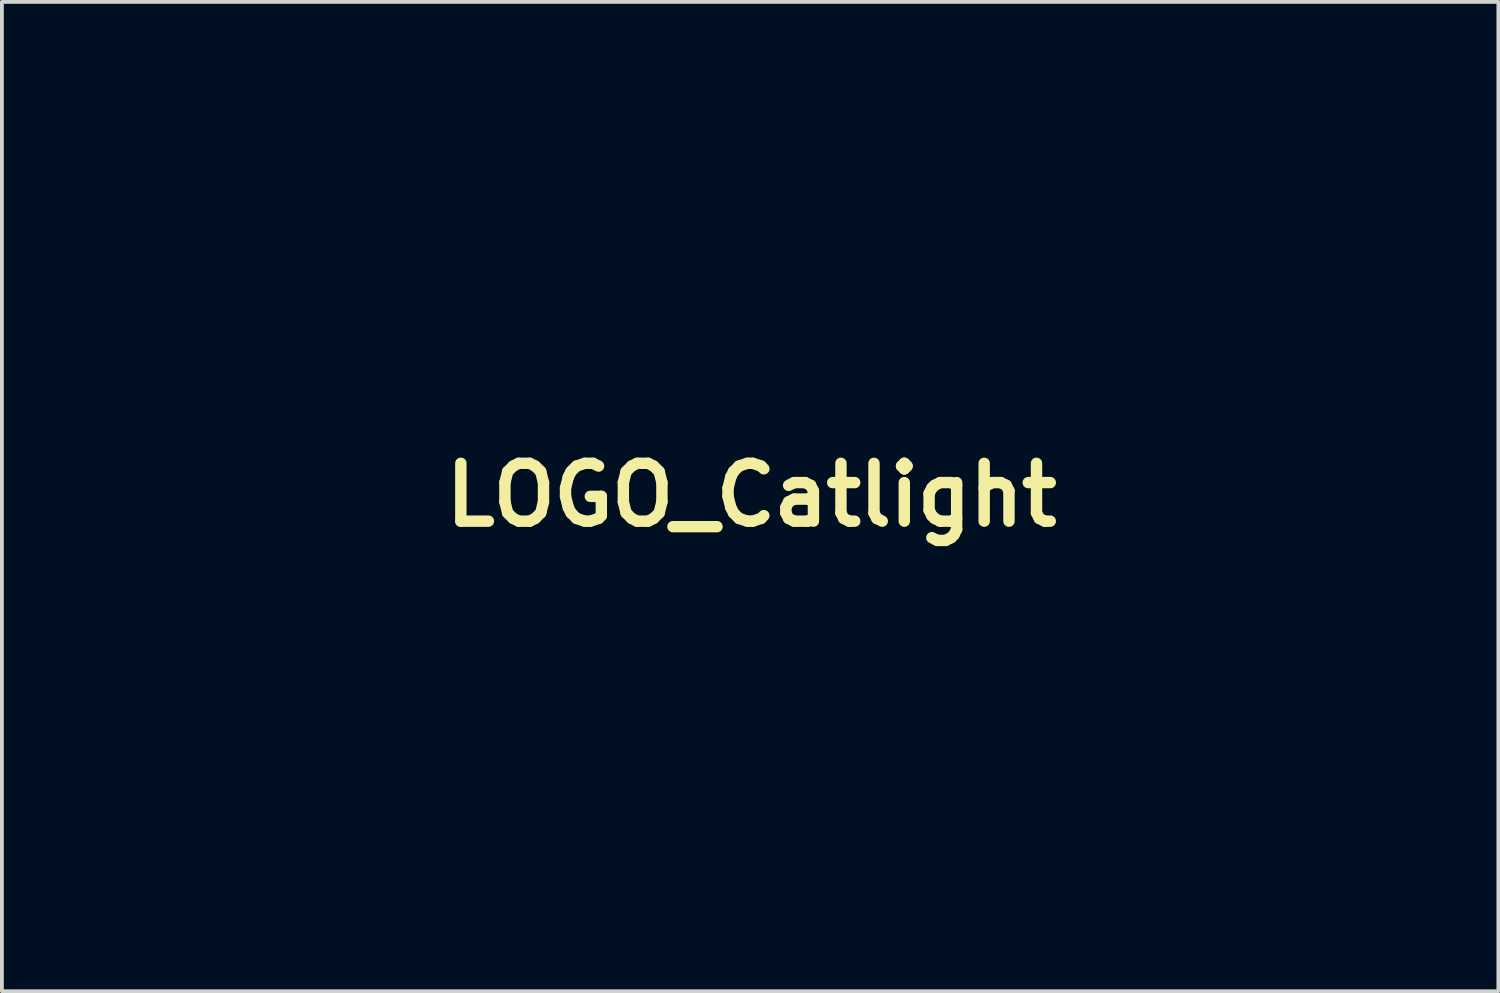
<source format=kicad_pcb>
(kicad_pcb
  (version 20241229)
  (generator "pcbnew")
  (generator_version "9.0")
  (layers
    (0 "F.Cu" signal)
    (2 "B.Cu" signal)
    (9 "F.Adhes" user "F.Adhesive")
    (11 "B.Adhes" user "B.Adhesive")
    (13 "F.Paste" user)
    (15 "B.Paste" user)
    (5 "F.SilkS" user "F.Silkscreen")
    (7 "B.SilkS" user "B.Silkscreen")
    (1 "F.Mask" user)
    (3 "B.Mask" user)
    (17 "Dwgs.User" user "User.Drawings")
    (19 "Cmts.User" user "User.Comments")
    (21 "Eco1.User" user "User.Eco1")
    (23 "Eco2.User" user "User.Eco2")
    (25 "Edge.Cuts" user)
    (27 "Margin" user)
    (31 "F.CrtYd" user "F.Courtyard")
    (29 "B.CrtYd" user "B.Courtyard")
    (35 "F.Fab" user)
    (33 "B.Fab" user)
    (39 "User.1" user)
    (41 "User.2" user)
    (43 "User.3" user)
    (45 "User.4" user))
  (footprint "LOGO_Catlight"
    (layer "F.Cu")
    (at 16.749 9.992)
    (property "Reference" "LOGO_Catlight" (at 0 0 0) (layer "F.SilkS") (effects (font (size 1.524 1.524) (thickness 0.3))))
    (attr board_only exclude_from_pos_files exclude_from_bom)
    (fp_poly (pts (xy -6.773 9.144) (xy -7.366 9.144) (xy -7.366 6.689) (xy -6.773 6.689)) (stroke (width 0) (type solid)) (fill yes) (layer "F.Mask"))
    (fp_poly (pts (xy 2.258 3.023) (xy 2.286 3.133) (xy 2.226 3.274) (xy 2.117 3.302) (xy 1.975 3.242) (xy 1.947 3.133) (xy 2.007 2.991) (xy 2.117 2.963)) (stroke (width 0) (type solid)) (fill yes) (layer "F.Mask"))
    (fp_poly (pts (xy 7.197 7.281) (xy 8.467 7.281) (xy 8.467 6.011) (xy 9.229 6.011) (xy 9.229 9.144) (xy 8.467 9.144) (xy 8.467 7.959) (xy 7.197 7.959) (xy 7.197 9.144) (xy 6.519 9.144) (xy 6.519 6.011) (xy 7.197 6.011)) (stroke (width 0) (type solid)) (fill yes) (layer "F.Mask"))
    (fp_poly (pts (xy 11.161 -6.278) (xy 11.214 -6.157) (xy 11.218 -6.054) (xy 11.186 -5.859) (xy 11.072 -5.78) (xy 11.042 -5.774) (xy 10.846 -5.814) (xy 10.75 -5.887) (xy 10.689 -6.062) (xy 10.764 -6.216) (xy 10.946 -6.302) (xy 11.016 -6.308)) (stroke (width 0) (type solid)) (fill yes) (layer "F.Mask"))
    (fp_poly (pts (xy 11.161 -1.537) (xy 11.214 -1.416) (xy 11.218 -1.312) (xy 11.186 -1.118) (xy 11.072 -1.039) (xy 11.042 -1.033) (xy 10.846 -1.073) (xy 10.75 -1.146) (xy 10.689 -1.321) (xy 10.764 -1.475) (xy 10.946 -1.561) (xy 11.016 -1.566)) (stroke (width 0) (type solid)) (fill yes) (layer "F.Mask"))
    (fp_poly (pts (xy 11.162 0.836) (xy 11.228 0.962) (xy 11.245 1.079) (xy 11.247 1.269) (xy 11.181 1.344) (xy 11.065 1.355) (xy 10.858 1.302) (xy 10.747 1.221) (xy 10.688 1.049) (xy 10.765 0.896) (xy 10.946 0.81) (xy 11.016 0.804)) (stroke (width 0) (type solid)) (fill yes) (layer "F.Mask"))
    (fp_poly (pts (xy -6.88 5.852) (xy -6.796 5.916) (xy -6.774 6.081) (xy -6.773 6.181) (xy -6.782 6.398) (xy -6.838 6.494) (xy -6.982 6.519) (xy -7.07 6.519) (xy -7.259 6.509) (xy -7.344 6.446) (xy -7.365 6.281) (xy -7.366 6.181) (xy -7.357 5.964) (xy -7.302 5.867) (xy -7.157 5.843) (xy -7.07 5.842)) (stroke (width 0) (type solid)) (fill yes) (layer "F.Mask"))
    (fp_poly (pts (xy 2.201 3.485) (xy 2.252 3.551) (xy 2.277 3.701) (xy 2.285 3.97) (xy 2.286 4.149) (xy 2.282 4.486) (xy 2.266 4.688) (xy 2.229 4.79) (xy 2.161 4.824) (xy 2.117 4.826) (xy 2.032 4.812) (xy 1.982 4.747) (xy 1.956 4.597) (xy 1.948 4.327) (xy 1.947 4.149) (xy 1.951 3.811) (xy 1.967 3.609) (xy 2.005 3.508) (xy 2.072 3.474) (xy 2.117 3.471)) (stroke (width 0) (type solid)) (fill yes) (layer "F.Mask"))
    (fp_poly (pts (xy -2.865 3.478) (xy -2.69 3.523) (xy -2.625 3.598) (xy -2.689 3.692) (xy -2.894 3.725) (xy -2.921 3.725) (xy -3.217 3.725) (xy -3.217 4.276) (xy -3.223 4.573) (xy -3.246 4.74) (xy -3.299 4.811) (xy -3.387 4.826) (xy -3.477 4.81) (xy -3.528 4.736) (xy -3.551 4.568) (xy -3.556 4.27) (xy -3.556 4.25) (xy -3.541 3.921) (xy -3.501 3.677) (xy -3.454 3.573) (xy -3.307 3.501) (xy -3.091 3.47)) (stroke (width 0) (type solid)) (fill yes) (layer "F.Mask"))
    (fp_poly (pts (xy -1.849 0.437) (xy -1.72 0.485) (xy -1.693 0.55) (xy -1.767 0.653) (xy -1.898 0.677) (xy -2.139 0.694) (xy -2.281 0.768) (xy -2.349 0.933) (xy -2.37 1.223) (xy -2.371 1.321) (xy -2.376 1.616) (xy -2.4 1.78) (xy -2.455 1.849) (xy -2.54 1.863) (xy -2.631 1.846) (xy -2.682 1.77) (xy -2.705 1.598) (xy -2.709 1.307) (xy -2.696 0.909) (xy -2.645 0.65) (xy -2.535 0.503) (xy -2.348 0.437) (xy -2.114 0.423)) (stroke (width 0) (type solid)) (fill yes) (layer "F.Mask"))
    (fp_poly (pts (xy -14.224 7.151) (xy -14.222 7.649) (xy -14.205 8.002) (xy -14.153 8.235) (xy -14.047 8.374) (xy -13.868 8.442) (xy -13.598 8.465) (xy -13.216 8.467) (xy -12.531 8.467) (xy -12.531 9.144) (xy -13.356 9.144) (xy -13.775 9.137) (xy -14.068 9.112) (xy -14.277 9.063) (xy -14.445 8.983) (xy -14.451 8.979) (xy -14.658 8.823) (xy -14.802 8.662) (xy -14.811 8.646) (xy -14.846 8.498) (xy -14.873 8.211) (xy -14.893 7.817) (xy -14.901 7.346) (xy -14.901 7.245) (xy -14.901 6.011) (xy -14.224 6.011)) (stroke (width 0) (type solid)) (fill yes) (layer "F.Mask"))
    (fp_poly (pts (xy 2.829 3.611) (xy 2.988 3.904) (xy 3.051 4.055) (xy 3.163 4.318) (xy 3.255 4.504) (xy 3.307 4.572) (xy 3.361 4.5) (xy 3.457 4.311) (xy 3.572 4.045) (xy 3.573 4.043) (xy 3.721 3.724) (xy 3.851 3.547) (xy 3.968 3.487) (xy 4.055 3.481) (xy 4.088 3.52) (xy 4.061 3.634) (xy 3.969 3.854) (xy 3.889 4.034) (xy 3.751 4.33) (xy 3.628 4.572) (xy 3.546 4.711) (xy 3.541 4.717) (xy 3.365 4.819) (xy 3.166 4.78) (xy 3.016 4.636) (xy 2.895 4.418) (xy 2.771 4.15) (xy 2.662 3.88) (xy 2.586 3.654) (xy 2.561 3.517) (xy 2.567 3.501) (xy 2.688 3.475)) (stroke (width 0) (type solid)) (fill yes) (layer "F.Mask"))
    (fp_poly (pts (xy 9.059 0.593) (xy 8.382 0.593) (xy 7.939 0.615) (xy 7.639 0.69) (xy 7.459 0.832) (xy 7.377 1.055) (xy 7.366 1.228) (xy 7.401 1.504) (xy 7.521 1.692) (xy 7.749 1.804) (xy 8.105 1.856) (xy 8.382 1.863) (xy 9.059 1.863) (xy 9.059 2.455) (xy 8.276 2.45) (xy 7.91 2.44) (xy 7.594 2.419) (xy 7.376 2.39) (xy 7.324 2.375) (xy 7.06 2.182) (xy 6.871 1.877) (xy 6.762 1.502) (xy 6.74 1.098) (xy 6.808 0.707) (xy 6.972 0.371) (xy 7.062 0.266) (xy 7.174 0.165) (xy 7.295 0.098) (xy 7.464 0.057) (xy 7.718 0.032) (xy 8.097 0.016) (xy 8.172 0.013) (xy 9.059 -0.015)) (stroke (width 0) (type solid)) (fill yes) (layer "F.Mask"))
    (fp_poly (pts (xy 1.331 3.203) (xy 1.355 3.302) (xy 1.404 3.435) (xy 1.566 3.471) (xy 1.737 3.515) (xy 1.778 3.598) (xy 1.704 3.7) (xy 1.562 3.725) (xy 1.432 3.738) (xy 1.373 3.804) (xy 1.363 3.968) (xy 1.371 4.128) (xy 1.399 4.377) (xy 1.456 4.504) (xy 1.565 4.553) (xy 1.587 4.557) (xy 1.736 4.624) (xy 1.778 4.705) (xy 1.708 4.792) (xy 1.544 4.825) (xy 1.353 4.804) (xy 1.202 4.724) (xy 1.144 4.586) (xy 1.108 4.344) (xy 1.101 4.174) (xy 1.086 3.924) (xy 1.049 3.761) (xy 1.016 3.725) (xy 0.941 3.657) (xy 0.931 3.598) (xy 0.977 3.486) (xy 1.016 3.471) (xy 1.085 3.4) (xy 1.101 3.302) (xy 1.154 3.164) (xy 1.228 3.133)) (stroke (width 0) (type solid)) (fill yes) (layer "F.Mask"))
    (fp_poly (pts (xy -1.044 0.145) (xy -1.016 0.254) (xy -0.956 0.396) (xy -0.847 0.423) (xy -0.709 0.476) (xy -0.677 0.55) (xy -0.748 0.654) (xy -0.847 0.677) (xy -0.948 0.699) (xy -0.998 0.792) (xy -1.015 0.998) (xy -1.016 1.109) (xy -1.005 1.373) (xy -0.961 1.514) (xy -0.868 1.578) (xy -0.847 1.584) (xy -0.709 1.669) (xy -0.677 1.746) (xy -0.747 1.83) (xy -0.911 1.861) (xy -1.102 1.84) (xy -1.252 1.762) (xy -1.253 1.761) (xy -1.309 1.625) (xy -1.345 1.381) (xy -1.355 1.168) (xy -1.368 0.905) (xy -1.402 0.727) (xy -1.439 0.677) (xy -1.514 0.609) (xy -1.524 0.55) (xy -1.478 0.438) (xy -1.439 0.423) (xy -1.371 0.352) (xy -1.355 0.254) (xy -1.295 0.112) (xy -1.185 0.085)) (stroke (width 0) (type solid)) (fill yes) (layer "F.Mask"))
    (fp_poly (pts (xy 0.617 0.432) (xy 0.783 0.464) (xy 0.844 0.527) (xy 0.847 0.55) (xy 0.799 0.632) (xy 0.635 0.671) (xy 0.445 0.679) (xy 0.131 0.7) (xy -0.076 0.756) (xy -0.154 0.836) (xy -0.085 0.93) (xy 0.084 0.987) (xy 0.322 1.014) (xy 0.343 1.015) (xy 0.637 1.061) (xy 0.8 1.205) (xy 0.847 1.439) (xy 0.813 1.649) (xy 0.695 1.779) (xy 0.464 1.845) (xy 0.11 1.863) (xy -0.193 1.854) (xy -0.36 1.822) (xy -0.421 1.759) (xy -0.423 1.736) (xy -0.375 1.654) (xy -0.211 1.615) (xy -0.021 1.607) (xy 0.243 1.592) (xy 0.446 1.554) (xy 0.498 1.532) (xy 0.58 1.43) (xy 0.516 1.342) (xy 0.329 1.283) (xy 0.139 1.27) (xy -0.175 1.234) (xy -0.355 1.116) (xy -0.422 0.9) (xy -0.423 0.847) (xy -0.39 0.637) (xy -0.271 0.507) (xy -0.04 0.441) (xy 0.313 0.423)) (stroke (width 0) (type solid)) (fill yes) (layer "F.Mask"))
    (fp_poly (pts (xy 0.277 3.493) (xy 0.508 3.575) (xy 0.628 3.749) (xy 0.665 4.042) (xy 0.66 4.264) (xy 0.635 4.784) (xy 0.084 4.808) (xy -0.287 4.806) (xy -0.519 4.761) (xy -0.572 4.728) (xy -0.66 4.542) (xy -0.663 4.454) (xy -0.4 4.454) (xy -0.273 4.537) (xy -0.016 4.558) (xy 0.028 4.555) (xy 0.278 4.513) (xy 0.394 4.424) (xy 0.408 4.381) (xy 0.398 4.289) (xy 0.296 4.245) (xy 0.065 4.233) (xy 0.054 4.233) (xy -0.188 4.251) (xy -0.351 4.294) (xy -0.381 4.318) (xy -0.4 4.454) (xy -0.663 4.454) (xy -0.667 4.303) (xy -0.595 4.103) (xy -0.576 4.081) (xy -0.438 4.024) (xy -0.196 3.987) (xy -0.018 3.979) (xy 0.273 3.959) (xy 0.408 3.909) (xy 0.393 3.846) (xy 0.234 3.786) (xy -0.061 3.745) (xy -0.113 3.742) (xy -0.407 3.713) (xy -0.558 3.66) (xy -0.593 3.594) (xy -0.549 3.522) (xy -0.399 3.483) (xy -0.112 3.471) (xy -0.091 3.471)) (stroke (width 0) (type solid)) (fill yes) (layer "F.Mask"))
    (fp_poly (pts (xy -1.344 3.495) (xy -1.133 3.577) (xy -1.034 3.734) (xy -1.016 3.895) (xy -1.055 4.115) (xy -1.19 4.248) (xy -1.446 4.309) (xy -1.675 4.318) (xy -1.966 4.338) (xy -2.101 4.388) (xy -2.086 4.451) (xy -1.927 4.511) (xy -1.632 4.552) (xy -1.581 4.555) (xy -1.286 4.584) (xy -1.135 4.637) (xy -1.101 4.703) (xy -1.176 4.77) (xy -1.368 4.812) (xy -1.624 4.83) (xy -1.894 4.822) (xy -2.125 4.788) (xy -2.267 4.726) (xy -2.269 4.724) (xy -2.325 4.588) (xy -2.362 4.345) (xy -2.371 4.149) (xy -2.357 3.921) (xy -2.101 3.921) (xy -2.098 4.012) (xy -2.015 4.052) (xy -1.815 4.053) (xy -1.722 4.048) (xy -1.454 4.013) (xy -1.329 3.948) (xy -1.312 3.895) (xy -1.383 3.804) (xy -1.557 3.76) (xy -1.772 3.761) (xy -1.97 3.805) (xy -2.09 3.891) (xy -2.101 3.921) (xy -2.357 3.921) (xy -2.353 3.868) (xy -2.309 3.652) (xy -2.269 3.573) (xy -2.132 3.517) (xy -1.889 3.48) (xy -1.693 3.471)) (stroke (width 0) (type solid)) (fill yes) (layer "F.Mask"))
    (fp_poly (pts (xy 5.26 3.495) (xy 5.471 3.577) (xy 5.57 3.734) (xy 5.588 3.895) (xy 5.549 4.115) (xy 5.414 4.248) (xy 5.158 4.309) (xy 4.929 4.318) (xy 4.638 4.338) (xy 4.503 4.388) (xy 4.518 4.451) (xy 4.677 4.511) (xy 4.972 4.552) (xy 5.023 4.555) (xy 5.318 4.584) (xy 5.469 4.637) (xy 5.503 4.703) (xy 5.428 4.77) (xy 5.236 4.812) (xy 4.98 4.83) (xy 4.71 4.822) (xy 4.479 4.788) (xy 4.337 4.726) (xy 4.335 4.724) (xy 4.274 4.576) (xy 4.241 4.324) (xy 4.238 4.034) (xy 4.249 3.921) (xy 4.503 3.921) (xy 4.506 4.012) (xy 4.589 4.052) (xy 4.789 4.053) (xy 4.882 4.048) (xy 5.15 4.013) (xy 5.275 3.948) (xy 5.292 3.895) (xy 5.221 3.804) (xy 5.047 3.76) (xy 4.832 3.761) (xy 4.634 3.805) (xy 4.514 3.891) (xy 4.503 3.921) (xy 4.249 3.921) (xy 4.264 3.769) (xy 4.319 3.593) (xy 4.335 3.573) (xy 4.472 3.517) (xy 4.715 3.48) (xy 4.911 3.471)) (stroke (width 0) (type solid)) (fill yes) (layer "F.Mask"))
    (fp_poly (pts (xy 15.142 6.109) (xy 15.224 6.183) (xy 15.24 6.37) (xy 15.24 6.392) (xy 15.25 6.582) (xy 15.314 6.666) (xy 15.479 6.688) (xy 15.579 6.689) (xy 15.796 6.698) (xy 15.892 6.753) (xy 15.917 6.898) (xy 15.917 6.985) (xy 15.907 7.175) (xy 15.844 7.259) (xy 15.679 7.281) (xy 15.579 7.281) (xy 15.24 7.281) (xy 15.24 7.815) (xy 15.259 8.178) (xy 15.326 8.403) (xy 15.459 8.518) (xy 15.675 8.551) (xy 15.68 8.551) (xy 15.84 8.57) (xy 15.905 8.659) (xy 15.917 8.848) (xy 15.917 9.144) (xy 15.466 9.144) (xy 15.167 9.127) (xy 14.972 9.063) (xy 14.831 8.948) (xy 14.738 8.825) (xy 14.682 8.673) (xy 14.655 8.447) (xy 14.647 8.102) (xy 14.647 8.051) (xy 14.643 7.703) (xy 14.626 7.489) (xy 14.587 7.373) (xy 14.519 7.319) (xy 14.478 7.306) (xy 14.354 7.224) (xy 14.31 7.036) (xy 14.309 6.975) (xy 14.329 6.775) (xy 14.408 6.696) (xy 14.478 6.689) (xy 14.595 6.656) (xy 14.642 6.526) (xy 14.647 6.392) (xy 14.66 6.194) (xy 14.734 6.112) (xy 14.921 6.096) (xy 14.944 6.096)) (stroke (width 0) (type solid)) (fill yes) (layer "F.Mask"))
    (fp_poly (pts (xy 0.259 6.701) (xy 0.575 6.753) (xy 0.801 6.864) (xy 0.952 7.057) (xy 1.042 7.351) (xy 1.087 7.767) (xy 1.1 8.327) (xy 1.101 8.469) (xy 1.101 9.58) (xy 0.853 9.828) (xy 0.739 9.936) (xy 0.63 10.007) (xy 0.488 10.048) (xy 0.276 10.068) (xy -0.042 10.075) (xy -0.332 10.075) (xy -1.27 10.075) (xy -1.27 9.483) (xy -0.557 9.483) (xy -0.129 9.476) (xy 0.156 9.452) (xy 0.325 9.403) (xy 0.406 9.321) (xy 0.423 9.22) (xy 0.406 9.137) (xy 0.33 9.089) (xy 0.162 9.066) (xy -0.134 9.059) (xy -0.21 9.059) (xy -0.548 9.053) (xy -0.77 9.025) (xy -0.93 8.961) (xy -1.08 8.848) (xy -1.104 8.826) (xy -1.344 8.505) (xy -1.468 8.11) (xy -1.473 7.786) (xy -0.844 7.786) (xy -0.815 8.083) (xy -0.712 8.282) (xy -0.617 8.389) (xy -0.49 8.443) (xy -0.281 8.457) (xy -0.056 8.449) (xy 0.466 8.424) (xy 0.453 7.964) (xy 0.413 7.618) (xy 0.299 7.407) (xy 0.086 7.304) (xy -0.186 7.281) (xy -0.51 7.349) (xy -0.736 7.53) (xy -0.844 7.786) (xy -1.473 7.786) (xy -1.475 7.687) (xy -1.365 7.286) (xy -1.138 6.954) (xy -1.104 6.921) (xy -0.958 6.804) (xy -0.811 6.734) (xy -0.614 6.7) (xy -0.318 6.689) (xy -0.162 6.689)) (stroke (width 0) (type solid)) (fill yes) (layer "F.Mask"))
    (fp_poly (pts (xy 8.338 -6.007) (xy 8.582 -5.989) (xy 8.742 -5.948) (xy 8.86 -5.874) (xy 8.936 -5.804) (xy 9.108 -5.522) (xy 9.151 -5.191) (xy 9.063 -4.871) (xy 8.936 -4.695) (xy 8.813 -4.59) (xy 8.675 -4.527) (xy 8.473 -4.497) (xy 8.162 -4.488) (xy 8.047 -4.487) (xy 7.692 -4.48) (xy 7.479 -4.457) (xy 7.381 -4.411) (xy 7.366 -4.369) (xy 7.398 -4.272) (xy 7.511 -4.206) (xy 7.729 -4.168) (xy 8.077 -4.151) (xy 8.347 -4.149) (xy 9.059 -4.149) (xy 9.059 -3.556) (xy 8.133 -3.556) (xy 7.719 -3.559) (xy 7.436 -3.572) (xy 7.247 -3.601) (xy 7.113 -3.654) (xy 6.996 -3.737) (xy 6.969 -3.76) (xy 6.859 -3.863) (xy 6.789 -3.969) (xy 6.751 -4.117) (xy 6.735 -4.348) (xy 6.731 -4.701) (xy 6.731 -4.784) (xy 6.733 -5.083) (xy 7.378 -5.083) (xy 7.429 -5.026) (xy 7.57 -5.001) (xy 7.838 -4.995) (xy 7.901 -4.995) (xy 8.234 -5.008) (xy 8.425 -5.051) (xy 8.495 -5.116) (xy 8.485 -5.269) (xy 8.325 -5.368) (xy 8.029 -5.406) (xy 7.86 -5.402) (xy 7.593 -5.378) (xy 7.452 -5.332) (xy 7.393 -5.243) (xy 7.381 -5.186) (xy 7.378 -5.083) (xy 6.733 -5.083) (xy 6.733 -5.164) (xy 6.747 -5.415) (xy 6.78 -5.575) (xy 6.843 -5.686) (xy 6.945 -5.786) (xy 6.969 -5.807) (xy 7.101 -5.906) (xy 7.246 -5.967) (xy 7.447 -5.999) (xy 7.75 -6.01) (xy 7.967 -6.011)) (stroke (width 0) (type solid)) (fill yes) (layer "F.Mask"))
    (fp_poly (pts (xy -4.318 -6.943) (xy -7.22 -6.943) (xy -8.253 -6.939) (xy -9.134 -6.927) (xy -9.878 -6.904) (xy -10.504 -6.867) (xy -11.028 -6.814) (xy -11.466 -6.742) (xy -11.835 -6.649) (xy -12.153 -6.532) (xy -12.435 -6.389) (xy -12.699 -6.217) (xy -12.864 -6.093) (xy -13.249 -5.693) (xy -13.581 -5.156) (xy -13.846 -4.508) (xy -14.024 -3.81) (xy -14.082 -3.362) (xy -14.116 -2.807) (xy -14.126 -2.188) (xy -14.114 -1.551) (xy -14.079 -0.939) (xy -14.024 -0.396) (xy -13.95 0.035) (xy -13.927 0.123) (xy -13.65 0.868) (xy -13.27 1.48) (xy -12.781 1.963) (xy -12.18 2.323) (xy -11.459 2.564) (xy -11.356 2.587) (xy -11.153 2.621) (xy -10.88 2.648) (xy -10.522 2.669) (xy -10.062 2.686) (xy -9.485 2.697) (xy -8.776 2.704) (xy -7.919 2.707) (xy -7.556 2.708) (xy -4.318 2.709) (xy -4.318 5.334) (xy -7.726 5.322) (xy -8.477 5.319) (xy -9.181 5.314) (xy -9.819 5.309) (xy -10.372 5.302) (xy -10.819 5.295) (xy -11.142 5.288) (xy -11.321 5.28) (xy -11.345 5.278) (xy -12.388 5.047) (xy -13.329 4.7) (xy -14.158 4.244) (xy -14.866 3.683) (xy -15.443 3.023) (xy -15.449 3.014) (xy -15.851 2.383) (xy -16.169 1.728) (xy -16.409 1.019) (xy -16.58 0.23) (xy -16.688 -0.667) (xy -16.741 -1.652) (xy -16.749 -2.64) (xy -16.71 -3.497) (xy -16.619 -4.257) (xy -16.473 -4.952) (xy -16.336 -5.419) (xy -15.955 -6.344) (xy -15.456 -7.165) (xy -14.85 -7.869) (xy -14.145 -8.445) (xy -13.547 -8.792) (xy -13.171 -8.966) (xy -12.805 -9.112) (xy -12.43 -9.234) (xy -12.028 -9.332) (xy -11.58 -9.409) (xy -11.068 -9.468) (xy -10.472 -9.511) (xy -9.775 -9.54) (xy -8.958 -9.557) (xy -8.002 -9.565) (xy -7.303 -9.567) (xy -4.318 -9.567)) (stroke (width 0) (type solid)) (fill yes) (layer "F.Mask"))
    (fp_poly (pts (xy 0.14 -9.517) (xy 0.454 -9.497) (xy 0.689 -9.457) (xy 0.893 -9.389) (xy 1.042 -9.321) (xy 1.454 -9.046) (xy 1.789 -8.655) (xy 1.97 -8.34) (xy 2.018 -8.226) (xy 2.118 -7.974) (xy 2.264 -7.598) (xy 2.451 -7.114) (xy 2.671 -6.54) (xy 2.92 -5.891) (xy 3.19 -5.182) (xy 3.477 -4.431) (xy 3.772 -3.653) (xy 4.072 -2.865) (xy 4.369 -2.082) (xy 4.657 -1.32) (xy 4.931 -0.596) (xy 5.183 0.074) (xy 5.409 0.675) (xy 5.602 1.189) (xy 5.755 1.602) (xy 5.863 1.896) (xy 5.92 2.056) (xy 5.927 2.081) (xy 5.847 2.094) (xy 5.63 2.102) (xy 5.306 2.104) (xy 4.906 2.1) (xy 4.813 2.098) (xy 3.699 2.074) (xy 1.937 -2.624) (xy 1.598 -3.522) (xy 1.279 -4.358) (xy 0.985 -5.121) (xy 0.721 -5.796) (xy 0.492 -6.372) (xy 0.302 -6.836) (xy 0.157 -7.175) (xy 0.062 -7.376) (xy 0.029 -7.429) (xy -0.238 -7.528) (xy -0.521 -7.478) (xy -0.664 -7.387) (xy -0.735 -7.274) (xy -0.863 -7.007) (xy -1.044 -6.594) (xy -1.277 -6.041) (xy -1.559 -5.353) (xy -1.887 -4.536) (xy -2.259 -3.598) (xy -2.658 -2.582) (xy -4.476 2.074) (xy -5.582 2.098) (xy -5.993 2.104) (xy -6.334 2.103) (xy -6.576 2.097) (xy -6.685 2.085) (xy -6.689 2.082) (xy -6.658 1.998) (xy -6.571 1.77) (xy -6.432 1.41) (xy -6.247 0.932) (xy -6.019 0.349) (xy -5.755 -0.327) (xy -5.459 -1.082) (xy -5.137 -1.904) (xy -4.793 -2.779) (xy -4.617 -3.227) (xy -4.135 -4.448) (xy -3.707 -5.523) (xy -3.333 -6.449) (xy -3.014 -7.225) (xy -2.751 -7.849) (xy -2.545 -8.32) (xy -2.396 -8.635) (xy -2.305 -8.794) (xy -2.303 -8.797) (xy -2.078 -9.015) (xy -1.786 -9.229) (xy -1.644 -9.311) (xy -1.438 -9.407) (xy -1.243 -9.469) (xy -1.013 -9.505) (xy -0.702 -9.52) (xy -0.296 -9.523)) (stroke (width 0) (type solid)) (fill yes) (layer "F.Mask"))
    (fp_poly (pts (xy 16.679 -7.366) (xy 12.361 -7.366) (xy 12.361 4.911) (xy 9.738 4.911) (xy 9.731 2.992) (xy 10.598 2.992) (xy 10.613 3.174) (xy 10.69 3.429) (xy 10.793 3.678) (xy 10.886 3.847) (xy 10.937 3.895) (xy 10.962 3.956) (xy 10.922 4.064) (xy 10.874 4.196) (xy 10.938 4.232) (xy 10.94 4.232) (xy 11.022 4.159) (xy 11.139 3.965) (xy 11.268 3.69) (xy 11.291 3.634) (xy 11.4 3.343) (xy 11.469 3.116) (xy 11.485 2.994) (xy 11.481 2.986) (xy 11.437 2.957) (xy 11.387 2.992) (xy 11.31 3.121) (xy 11.195 3.344) (xy 11.023 3.683) (xy 10.879 3.323) (xy 10.748 3.057) (xy 10.649 2.95) (xy 10.598 2.992) (xy 9.731 2.992) (xy 9.724 1.052) (xy 10.499 1.052) (xy 10.546 1.327) (xy 10.7 1.478) (xy 10.981 1.524) (xy 11.17 1.546) (xy 11.26 1.601) (xy 11.261 1.609) (xy 11.186 1.662) (xy 10.998 1.691) (xy 10.922 1.693) (xy 10.71 1.713) (xy 10.592 1.763) (xy 10.583 1.783) (xy 10.661 1.834) (xy 10.871 1.851) (xy 10.986 1.846) (xy 11.231 1.822) (xy 11.361 1.765) (xy 11.43 1.636) (xy 11.465 1.508) (xy 11.497 1.136) (xy 11.462 0.915) (xy 11.386 0.726) (xy 11.261 0.639) (xy 11.062 0.608) (xy 10.753 0.627) (xy 10.57 0.752) (xy 10.5 0.995) (xy 10.499 1.052) (xy 9.724 1.052) (xy 9.716 -1.312) (xy 10.499 -1.312) (xy 10.53 -1.093) (xy 10.6 -0.948) (xy 10.779 -0.866) (xy 11.023 -0.853) (xy 11.249 -0.906) (xy 11.346 -0.974) (xy 11.429 -1.157) (xy 11.451 -1.312) (xy 11.387 -1.583) (xy 11.198 -1.74) (xy 10.971 -1.778) (xy 10.694 -1.73) (xy 10.542 -1.573) (xy 10.499 -1.312) (xy 9.716 -1.312) (xy 9.708 -3.556) (xy 10.837 -3.556) (xy 10.843 -3.208) (xy 10.865 -3) (xy 10.908 -2.9) (xy 10.964 -2.879) (xy 11.029 -2.911) (xy 11.069 -3.026) (xy 11.087 -3.256) (xy 11.091 -3.556) (xy 11.085 -3.904) (xy 11.064 -4.112) (xy 11.021 -4.212) (xy 10.964 -4.233) (xy 10.899 -4.201) (xy 10.86 -4.086) (xy 10.841 -3.856) (xy 10.837 -3.556) (xy 9.708 -3.556) (xy 9.699 -6.054) (xy 10.499 -6.054) (xy 10.53 -5.834) (xy 10.6 -5.69) (xy 10.779 -5.607) (xy 11.023 -5.594) (xy 11.249 -5.647) (xy 11.346 -5.715) (xy 11.429 -5.898) (xy 11.451 -6.054) (xy 11.387 -6.324) (xy 11.198 -6.481) (xy 10.971 -6.519) (xy 10.694 -6.471) (xy 10.542 -6.314) (xy 10.499 -6.054) (xy 9.699 -6.054) (xy 9.694 -7.324) (xy 7.512 -7.346) (xy 5.33 -7.369) (xy 5.344 -8.136) (xy 10.51 -8.136) (xy 10.539 -8) (xy 10.611 -7.959) (xy 10.621 -7.959) (xy 10.706 -8.003) (xy 10.746 -8.16) (xy 10.753 -8.345) (xy 10.759 -8.581) (xy 10.798 -8.689) (xy 10.895 -8.713) (xy 10.986 -8.705) (xy 11.135 -8.669) (xy 11.208 -8.572) (xy 11.241 -8.365) (xy 11.244 -8.319) (xy 11.293 -8.061) (xy 11.374 -7.948) (xy 11.455 -7.98) (xy 11.508 -8.162) (xy 11.515 -8.291) (xy 11.467 -8.613) (xy 11.316 -8.804) (xy 11.047 -8.876) (xy 10.89 -8.873) (xy 10.541 -8.848) (xy 10.515 -8.403) (xy 10.51 -8.136) (xy 5.344 -8.136) (xy 5.353 -8.659) (xy 5.376 -9.948) (xy 16.679 -9.992)) (stroke (width 0) (type solid)) (fill yes) (layer "F.Mask")))
  (gr_rect
    (start -3 -3)
    (end 36.429 23.067)
    (stroke (width 0.1) (type default))
    (fill no)
    (layer "Edge.Cuts")))
</source>
